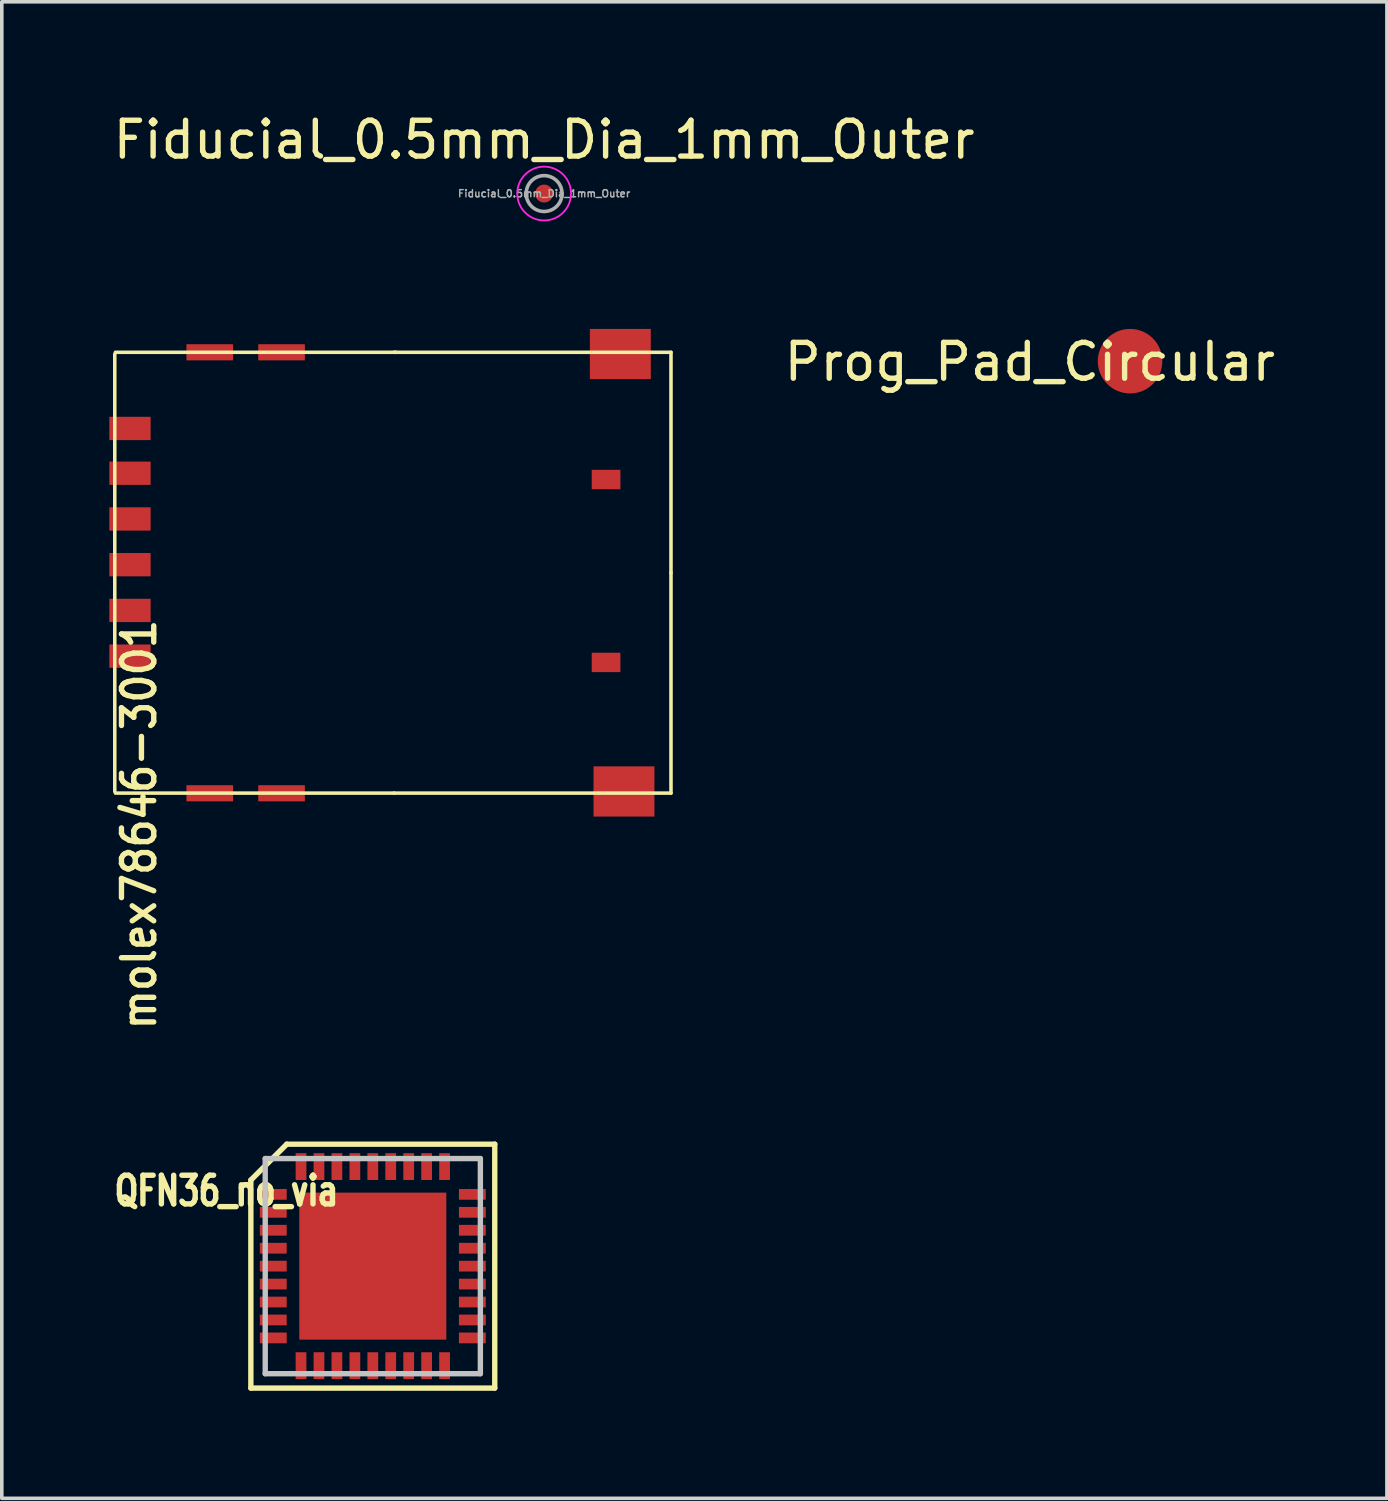
<source format=kicad_pcb>
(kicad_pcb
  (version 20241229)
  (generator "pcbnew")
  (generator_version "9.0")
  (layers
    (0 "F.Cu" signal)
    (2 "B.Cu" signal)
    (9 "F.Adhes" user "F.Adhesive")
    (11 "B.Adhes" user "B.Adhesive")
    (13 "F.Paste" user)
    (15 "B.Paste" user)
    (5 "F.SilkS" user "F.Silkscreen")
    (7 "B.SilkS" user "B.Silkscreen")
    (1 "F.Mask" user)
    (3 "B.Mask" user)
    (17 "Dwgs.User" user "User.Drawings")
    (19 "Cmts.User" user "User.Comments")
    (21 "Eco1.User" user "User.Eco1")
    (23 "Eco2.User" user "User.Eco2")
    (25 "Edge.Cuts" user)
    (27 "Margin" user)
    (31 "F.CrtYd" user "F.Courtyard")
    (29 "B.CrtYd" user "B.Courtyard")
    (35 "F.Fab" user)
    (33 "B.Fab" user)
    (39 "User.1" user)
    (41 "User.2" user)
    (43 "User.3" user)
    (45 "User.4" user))
  (footprint "QFN36_no_via"
    (layer "F.Cu")
    (at 7.347 32.261)
    (property "Reference" "QFN36_no_via" (at -4.082 -2.098 0) (layer "F.SilkS") (effects (font (size 0.8 0.6) (thickness 0.15))))
    (attr smd)
    (fp_line (start -3.401 -2.4) (end -3.401 3.401) (stroke (width 0.15) (type solid)) (layer "F.SilkS"))
    (fp_line (start -2.4 -3.401) (end -3.401 -2.4) (stroke (width 0.15) (type solid)) (layer "F.SilkS"))
    (fp_line (start -2.4 -3.401) (end 3.401 -3.401) (stroke (width 0.15) (type solid)) (layer "F.SilkS"))
    (fp_line (start 3.401 -3.401) (end 3.401 3.401) (stroke (width 0.15) (type solid)) (layer "F.SilkS"))
    (fp_line (start 3.401 3.401) (end -3.401 3.401) (stroke (width 0.15) (type solid)) (layer "F.SilkS"))
    (fp_line (start -3 -3) (end 3 -3) (stroke (width 0.15) (type solid)) (layer "Dwgs.User"))
    (fp_line (start -3 3) (end -3 -3) (stroke (width 0.15) (type solid)) (layer "Dwgs.User"))
    (fp_line (start 3 -3) (end 3 3) (stroke (width 0.15) (type solid)) (layer "Dwgs.User"))
    (fp_line (start 3 3) (end -3 3) (stroke (width 0.15) (type solid)) (layer "Dwgs.User"))
    (pad "1" smd rect (at -2.776 -2.002 90) (size 0.3 0.749) (layers "F.Cu" "F.Mask" "F.Paste"))
    (pad "2" smd rect (at -2.776 -1.501 90) (size 0.3 0.749) (layers "F.Cu" "F.Mask" "F.Paste"))
    (pad "3" smd rect (at -2.776 -1.001 90) (size 0.3 0.749) (layers "F.Cu" "F.Mask" "F.Paste"))
    (pad "4" smd rect (at -2.776 -0.5 90) (size 0.3 0.749) (layers "F.Cu" "F.Mask" "F.Paste"))
    (pad "5" smd rect (at -2.776 0 90) (size 0.3 0.749) (layers "F.Cu" "F.Mask" "F.Paste"))
    (pad "6" smd rect (at -2.776 0.5 90) (size 0.3 0.749) (layers "F.Cu" "F.Mask" "F.Paste"))
    (pad "7" smd rect (at -2.776 1.001 90) (size 0.3 0.749) (layers "F.Cu" "F.Mask" "F.Paste"))
    (pad "8" smd rect (at -2.776 1.501 90) (size 0.3 0.749) (layers "F.Cu" "F.Mask" "F.Paste"))
    (pad "9" smd rect (at -2.776 2.002 90) (size 0.3 0.749) (layers "F.Cu" "F.Mask" "F.Paste"))
    (pad "10" smd rect (at -2.002 2.776) (size 0.3 0.749) (layers "F.Cu" "F.Mask" "F.Paste"))
    (pad "11" smd rect (at -1.501 2.776) (size 0.3 0.749) (layers "F.Cu" "F.Mask" "F.Paste"))
    (pad "12" smd rect (at -1.001 2.776) (size 0.3 0.749) (layers "F.Cu" "F.Mask" "F.Paste"))
    (pad "13" smd rect (at -0.5 2.776) (size 0.3 0.749) (layers "F.Cu" "F.Mask" "F.Paste"))
    (pad "14" smd rect (at 0 2.776) (size 0.3 0.749) (layers "F.Cu" "F.Mask" "F.Paste"))
    (pad "15" smd rect (at 0.5 2.776) (size 0.3 0.749) (layers "F.Cu" "F.Mask" "F.Paste"))
    (pad "16" smd rect (at 1.001 2.776) (size 0.3 0.749) (layers "F.Cu" "F.Mask" "F.Paste"))
    (pad "17" smd rect (at 1.501 2.776 90) (size 0.749 0.3) (layers "F.Cu" "F.Mask" "F.Paste"))
    (pad "18" smd rect (at 2.002 2.776 90) (size 0.749 0.3) (layers "F.Cu" "F.Mask" "F.Paste"))
    (pad "19" smd rect (at 2.776 2.002 90) (size 0.3 0.749) (layers "F.Cu" "F.Mask" "F.Paste"))
    (pad "20" smd rect (at 2.776 1.501 90) (size 0.3 0.749) (layers "F.Cu" "F.Mask" "F.Paste"))
    (pad "21" smd rect (at 2.776 1.001 90) (size 0.3 0.749) (layers "F.Cu" "F.Mask" "F.Paste"))
    (pad "22" smd rect (at 2.776 0.5 90) (size 0.3 0.749) (layers "F.Cu" "F.Mask" "F.Paste"))
    (pad "23" smd rect (at 2.776 0 90) (size 0.3 0.749) (layers "F.Cu" "F.Mask" "F.Paste"))
    (pad "24" smd rect (at 2.776 -0.5 90) (size 0.3 0.749) (layers "F.Cu" "F.Mask" "F.Paste"))
    (pad "25" smd rect (at 2.776 -1.001 90) (size 0.3 0.749) (layers "F.Cu" "F.Mask" "F.Paste"))
    (pad "26" smd rect (at 2.776 -1.501 90) (size 0.3 0.749) (layers "F.Cu" "F.Mask" "F.Paste"))
    (pad "27" smd rect (at 2.776 -2.002 90) (size 0.3 0.749) (layers "F.Cu" "F.Mask" "F.Paste"))
    (pad "28" smd rect (at 2.002 -2.776) (size 0.3 0.749) (layers "F.Cu" "F.Mask" "F.Paste"))
    (pad "29" smd rect (at 1.501 -2.776) (size 0.3 0.749) (layers "F.Cu" "F.Mask" "F.Paste"))
    (pad "30" smd rect (at 1.001 -2.776) (size 0.3 0.749) (layers "F.Cu" "F.Mask" "F.Paste"))
    (pad "31" smd rect (at 0.5 -2.776) (size 0.3 0.749) (layers "F.Cu" "F.Mask" "F.Paste"))
    (pad "32" smd rect (at 0 -2.776) (size 0.3 0.749) (layers "F.Cu" "F.Mask" "F.Paste"))
    (pad "33" smd rect (at -0.5 -2.776) (size 0.3 0.749) (layers "F.Cu" "F.Mask" "F.Paste"))
    (pad "34" smd rect (at -1.001 -2.776) (size 0.3 0.749) (layers "F.Cu" "F.Mask" "F.Paste"))
    (pad "35" smd rect (at -1.501 -2.776) (size 0.3 0.749) (layers "F.Cu" "F.Mask" "F.Paste"))
    (pad "36" smd rect (at -2.002 -2.776) (size 0.3 0.749) (layers "F.Cu" "F.Mask" "F.Paste"))
    (pad "37" smd rect (at 0 0) (size 4.1 4.1) (layers "F.Cu" "F.Mask" "F.Paste")))
  (footprint "Fiducial_0.5mm_Dia_1mm_Outer"
    (layer "F.Cu")
    (at 12.125 2.348)
    (property "Reference" "Fiducial_0.5mm_Dia_1mm_Outer" (at 0 -1.5 0) (layer "F.SilkS") (effects (font (size 1 1) (thickness 0.15))))
    (attr exclude_from_pos_files exclude_from_bom)
    (fp_circle (center 0 0) (end 0.1 0) (stroke (width 0.3) (type solid)) (fill no) (layer "F.Paste"))
    (fp_circle (center 0 0) (end 0.75 0) (stroke (width 0.05) (type solid)) (fill no) (layer "F.CrtYd"))
    (fp_circle (center 0 0) (end 0.5 0) (stroke (width 0.1) (type solid)) (fill no) (layer "F.Fab"))
    (fp_text user "${REFERENCE}" (at 0 0 0) (layer "F.Fab") (effects (font (size 0.2 0.2) (thickness 0.04))))
    (pad "~" smd circle (at 0 0) (size 0.5 0.5) (layers "F.Cu" "F.Mask")))
  (footprint "Prog_Pad_Circular"
    (layer "F.Cu")
    (at 28.466 7.023)
    (property "Reference" "Prog_Pad_Circular" (at -2.795 0.02 0) (layer "F.SilkS") (effects (font (size 1 1) (thickness 0.15))))
    (attr through_hole)
    (pad "1" smd circle (at 0 0) (size 1.8 1.8) (layers "F.Cu" "F.Mask")))
  (footprint "molex78646-3001"
    (layer "F.Cu")
    (at 7.941 12.922)
    (property "Reference" "molex78646-3001" (at -7.112 7.023 270) (layer "F.SilkS") (effects (font (size 0.9 0.8) (thickness 0.15))))
    (attr through_hole)
    (fp_line (start -7.79 -6.099) (end -7.79 6.101) (stroke (width 0.099) (type solid)) (layer "F.SilkS"))
    (fp_line (start -7.772 -6.147) (end 0.051 -6.147) (stroke (width 0.099) (type solid)) (layer "F.SilkS"))
    (fp_line (start 0 -6.147) (end 7.722 -6.147) (stroke (width 0.099) (type solid)) (layer "F.SilkS"))
    (fp_line (start 0 6.147) (end -7.772 6.147) (stroke (width 0.099) (type solid)) (layer "F.SilkS"))
    (fp_line (start 7.722 -6.147) (end 7.722 0) (stroke (width 0.099) (type solid)) (layer "F.SilkS"))
    (fp_line (start 7.722 0) (end 7.722 6.147) (stroke (width 0.099) (type solid)) (layer "F.SilkS"))
    (fp_line (start 7.722 6.147) (end 0 6.147) (stroke (width 0.099) (type solid)) (layer "F.SilkS"))
    (pad "1" smd trapezoid (at -7.366 -2.774) (size 1.151 0.65) (layers "F.Cu" "F.Mask" "F.Paste"))
    (pad "2" smd trapezoid (at -7.366 -0.224) (size 1.151 0.65) (layers "F.Cu" "F.Mask" "F.Paste"))
    (pad "3" smd trapezoid (at -7.366 2.327) (size 1.151 0.65) (layers "F.Cu" "F.Mask" "F.Paste"))
    (pad "5" smd trapezoid (at -7.366 -4.023) (size 1.151 0.65) (layers "F.Cu" "F.Mask" "F.Paste"))
    (pad "6" smd trapezoid (at -7.366 -1.499) (size 1.151 0.65) (layers "F.Cu" "F.Mask" "F.Paste"))
    (pad "7" smd trapezoid (at -7.366 1.052) (size 1.151 0.65) (layers "F.Cu" "F.Mask" "F.Paste"))
    (pad "8" smd trapezoid (at -5.141 -6.147) (size 1.3 0.45) (layers "F.Cu" "F.Mask" "F.Paste"))
    (pad "9" smd trapezoid (at -5.141 6.152) (size 1.3 0.45) (layers "F.Cu" "F.Mask" "F.Paste"))
    (pad "10" smd trapezoid (at -3.139 -6.147) (size 1.3 0.45) (layers "F.Cu" "F.Mask" "F.Paste"))
    (pad "11" smd trapezoid (at -3.139 6.152) (size 1.3 0.45) (layers "F.Cu" "F.Mask" "F.Paste"))
    (pad "12" smd trapezoid (at 6.309 -6.099) (size 1.699 1.4) (layers "F.Cu" "F.Mask" "F.Paste"))
    (pad "13" smd trapezoid (at 6.411 6.101) (size 1.699 1.4) (layers "F.Cu" "F.Mask" "F.Paste"))
    (pad "14" smd trapezoid (at 5.911 -2.598) (size 0.8 0.541) (layers "F.Cu" "F.Mask" "F.Paste"))
    (pad "15" smd trapezoid (at 5.911 2.502) (size 0.8 0.541) (layers "F.Cu" "F.Mask" "F.Paste")))
  (gr_rect
    (start -3 -3)
    (end 35.629 38.737)
    (stroke (width 0.1) (type default))
    (fill no)
    (layer "Edge.Cuts")))
</source>
